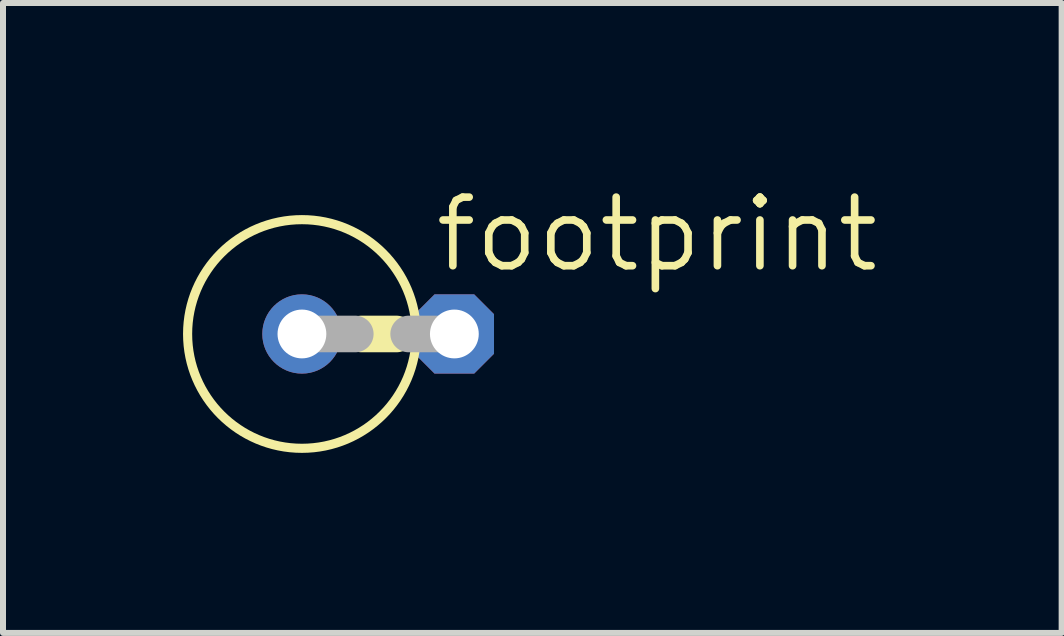
<source format=kicad_pcb>
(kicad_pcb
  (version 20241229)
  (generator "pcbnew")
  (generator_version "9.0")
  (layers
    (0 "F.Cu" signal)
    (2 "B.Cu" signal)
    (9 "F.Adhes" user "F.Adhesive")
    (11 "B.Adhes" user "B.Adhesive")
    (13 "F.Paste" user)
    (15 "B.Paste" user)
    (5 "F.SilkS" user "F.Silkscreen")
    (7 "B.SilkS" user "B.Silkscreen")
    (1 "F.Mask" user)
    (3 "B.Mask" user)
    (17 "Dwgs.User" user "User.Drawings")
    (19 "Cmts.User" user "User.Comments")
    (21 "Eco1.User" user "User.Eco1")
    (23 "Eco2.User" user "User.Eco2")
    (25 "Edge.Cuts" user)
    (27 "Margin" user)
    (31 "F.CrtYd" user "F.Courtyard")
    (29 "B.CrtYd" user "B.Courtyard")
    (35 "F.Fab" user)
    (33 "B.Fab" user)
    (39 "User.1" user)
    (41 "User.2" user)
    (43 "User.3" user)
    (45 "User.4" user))
  (footprint "footprint"
    (layer "F.Cu")
    (at 3.251 2.515)
    (property "Reference" "footprint" (at 0.889 -0.991 0) (layer "F.SilkS") (effects (font (size 1.143 1.143) (thickness 0.127)) (justify left bottom)))
    (fp_line (start 0.305 0) (end -0.279 0) (stroke (width 0.61) (type solid)) (layer "F.SilkS"))
    (fp_circle (center -1.27 0) (end 0.635 0) (stroke (width 0.152) (type solid)) (fill no) (layer "F.SilkS"))
    (fp_line (start -1.27 0) (end -0.381 0) (stroke (width 0.61) (type solid)) (layer "F.Fab"))
    (fp_line (start 1.27 0) (end 0.508 0) (stroke (width 0.61) (type solid)) (layer "F.Fab"))
    (pad "A" thru_hole roundrect (at 1.27 0) (size 1.321 1.321) (drill 0.813) (layers "*.Cu" "*.Mask") (roundrect_rratio 0.25) (chamfer_ratio 0.25) (chamfer top_left top_right bottom_left bottom_right))
    (pad "C" thru_hole circle (at -1.27 0) (size 1.321 1.321) (drill 0.813) (layers "*.Cu" "*.Mask")))
  (gr_rect
    (start -3 -3)
    (end 14.64 7.496)
    (stroke (width 0.1) (type default))
    (fill no)
    (layer "Edge.Cuts")))
</source>
